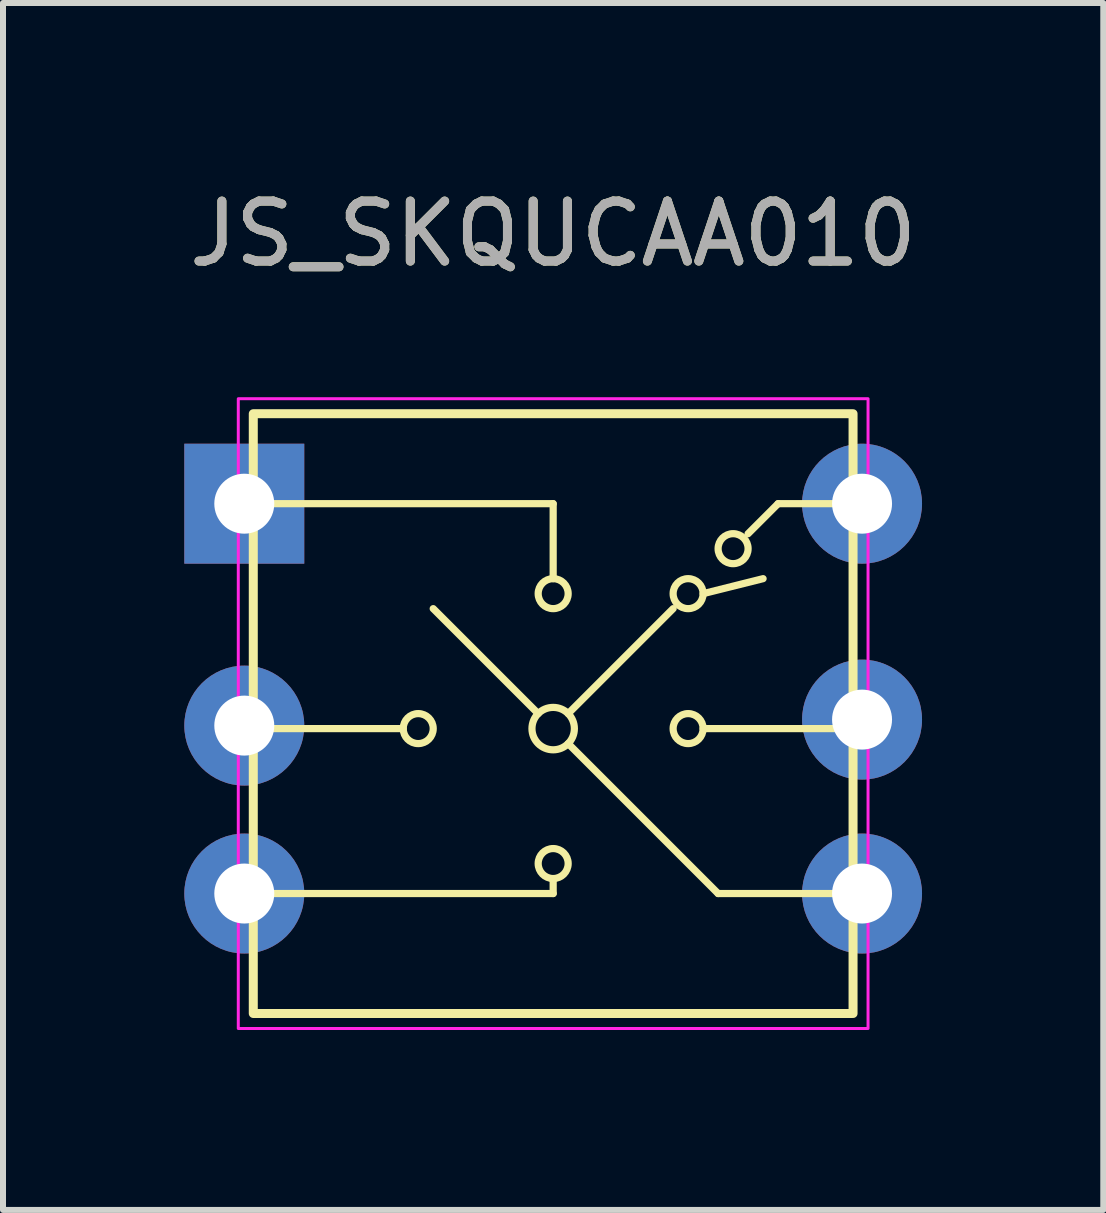
<source format=kicad_pcb>
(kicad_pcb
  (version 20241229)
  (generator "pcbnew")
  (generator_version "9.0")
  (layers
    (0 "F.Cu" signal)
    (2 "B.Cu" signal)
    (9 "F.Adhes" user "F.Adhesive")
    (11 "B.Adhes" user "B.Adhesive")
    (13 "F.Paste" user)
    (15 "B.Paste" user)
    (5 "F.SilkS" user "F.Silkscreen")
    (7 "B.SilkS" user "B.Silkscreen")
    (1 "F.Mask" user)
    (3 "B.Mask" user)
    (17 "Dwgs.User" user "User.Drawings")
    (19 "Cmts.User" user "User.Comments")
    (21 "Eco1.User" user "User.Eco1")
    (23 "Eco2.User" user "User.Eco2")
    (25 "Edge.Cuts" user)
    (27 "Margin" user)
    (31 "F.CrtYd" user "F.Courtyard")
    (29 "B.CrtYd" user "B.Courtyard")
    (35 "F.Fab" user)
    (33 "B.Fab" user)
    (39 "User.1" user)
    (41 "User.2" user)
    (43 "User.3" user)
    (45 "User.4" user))
  (footprint "JS_SKQUCAA010"
    (layer "F.Cu")
    (at 6.173 8.848)
    (property "Reference" "JS_SKQUCAA010" (at 0 -8 0) (unlocked yes) (layer "F.SilkS") (effects (font (size 1 1) (thickness 0.15))))
    (attr through_hole)
    (fp_line (start -5 -3.5) (end 0 -3.5) (stroke (width 0.12) (type solid)) (layer "F.SilkS"))
    (fp_line (start -5 3) (end 0 3) (stroke (width 0.12) (type solid)) (layer "F.SilkS"))
    (fp_line (start -2.5 0.25) (end -5 0.25) (stroke (width 0.12) (type solid)) (layer "F.SilkS"))
    (fp_line (start -2 -1.75) (end -0.25 0) (stroke (width 0.12) (type solid)) (layer "F.SilkS"))
    (fp_line (start 0 -2.25) (end 0 -3.5) (stroke (width 0.12) (type solid)) (layer "F.SilkS"))
    (fp_line (start 0 2.75) (end 0 3) (stroke (width 0.12) (type solid)) (layer "F.SilkS"))
    (fp_line (start 0.25 0) (end 2 -1.75) (stroke (width 0.12) (type solid)) (layer "F.SilkS"))
    (fp_line (start 0.25 0.5) (end 2.75 3) (stroke (width 0.12) (type solid)) (layer "F.SilkS"))
    (fp_line (start 2.5 -2) (end 3.5 -2.25) (stroke (width 0.12) (type solid)) (layer "F.SilkS"))
    (fp_line (start 2.5 0.25) (end 5 0.25) (stroke (width 0.12) (type solid)) (layer "F.SilkS"))
    (fp_line (start 3.25 -3) (end 3.75 -3.5) (stroke (width 0.12) (type solid)) (layer "F.SilkS"))
    (fp_line (start 5 -3.5) (end 3.75 -3.5) (stroke (width 0.12) (type solid)) (layer "F.SilkS"))
    (fp_line (start 5 3) (end 2.75 3) (stroke (width 0.12) (type solid)) (layer "F.SilkS"))
    (fp_rect (start 5 -5) (end -5 5) (stroke (width 0.15) (type solid)) (fill no) (layer "F.SilkS"))
    (fp_circle (center -2.25 0.25) (end -2 0.25) (stroke (width 0.12) (type solid)) (fill no) (layer "F.SilkS"))
    (fp_circle (center 0 -2) (end 0 -2.25) (stroke (width 0.12) (type solid)) (fill no) (layer "F.SilkS"))
    (fp_circle (center 0 0.25) (end 0.25 0) (stroke (width 0.12) (type solid)) (fill no) (layer "F.SilkS"))
    (fp_circle (center 0 2.5) (end -0.25 2.5) (stroke (width 0.12) (type solid)) (fill no) (layer "F.SilkS"))
    (fp_circle (center 2.25 -2) (end 2.25 -2.25) (stroke (width 0.12) (type solid)) (fill no) (layer "F.SilkS"))
    (fp_circle (center 2.25 0.25) (end 2 0.25) (stroke (width 0.12) (type solid)) (fill no) (layer "F.SilkS"))
    (fp_circle (center 3 -2.75) (end 2.75 -2.75) (stroke (width 0.12) (type solid)) (fill no) (layer "F.SilkS"))
    (fp_rect (start 5.25 -5.25) (end -5.25 5.25) (stroke (width 0.05) (type solid)) (fill no) (layer "F.CrtYd"))
    (fp_text user "${REFERENCE}" (at 0 -8 0) (unlocked yes) (layer "F.Fab") (effects (font (size 1 1) (thickness 0.15))))
    (pad "1" thru_hole rect (at -5.15 -3.5) (size 2 2) (drill 1) (layers "*.Cu" "*.Mask"))
    (pad "2" thru_hole circle (at -5.15 0.2) (size 2 2) (drill 1) (layers "*.Cu" "*.Mask"))
    (pad "3" thru_hole circle (at -5.15 3) (size 2 2) (drill 1) (layers "*.Cu" "*.Mask"))
    (pad "4" thru_hole circle (at 5.15 3) (size 2 2) (drill 1) (layers "*.Cu" "*.Mask"))
    (pad "5" thru_hole circle (at 5.15 0.1) (size 2 2) (drill 1) (layers "*.Cu" "*.Mask"))
    (pad "6" thru_hole circle (at 5.15 -3.5) (size 2 2) (drill 1) (layers "*.Cu" "*.Mask")))
  (gr_rect
    (start -3 -3)
    (end 15.345 17.123)
    (stroke (width 0.1) (type default))
    (fill no)
    (layer "Edge.Cuts")))
</source>
